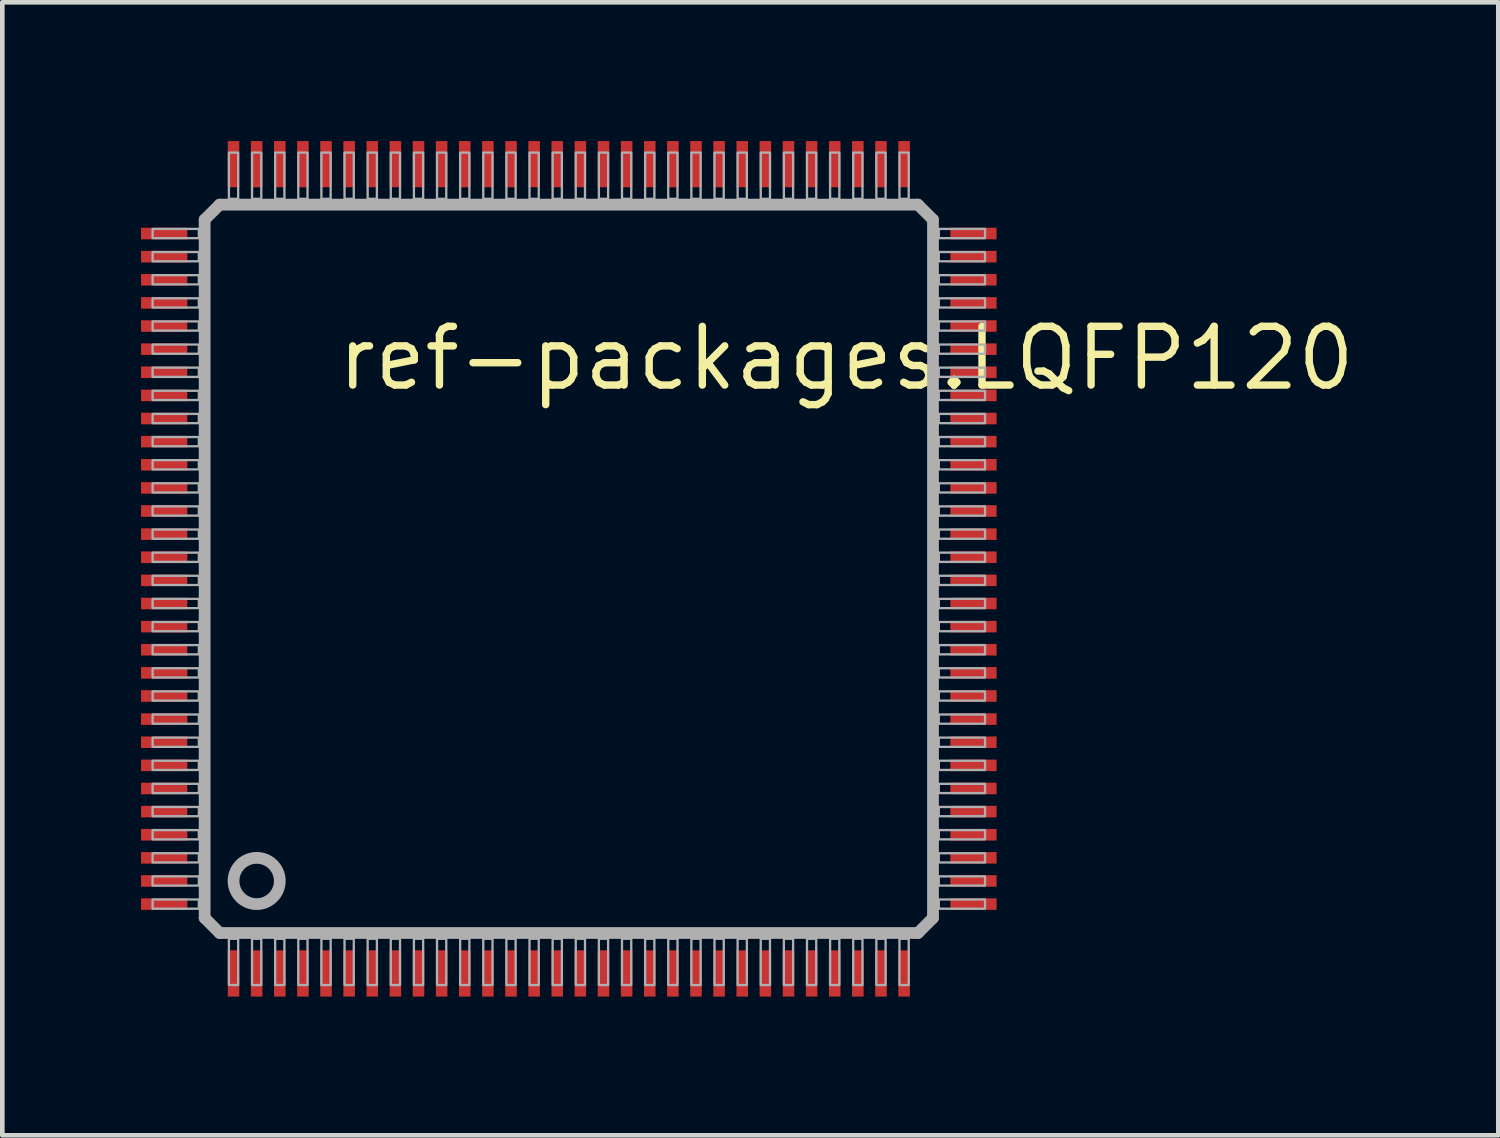
<source format=kicad_pcb>
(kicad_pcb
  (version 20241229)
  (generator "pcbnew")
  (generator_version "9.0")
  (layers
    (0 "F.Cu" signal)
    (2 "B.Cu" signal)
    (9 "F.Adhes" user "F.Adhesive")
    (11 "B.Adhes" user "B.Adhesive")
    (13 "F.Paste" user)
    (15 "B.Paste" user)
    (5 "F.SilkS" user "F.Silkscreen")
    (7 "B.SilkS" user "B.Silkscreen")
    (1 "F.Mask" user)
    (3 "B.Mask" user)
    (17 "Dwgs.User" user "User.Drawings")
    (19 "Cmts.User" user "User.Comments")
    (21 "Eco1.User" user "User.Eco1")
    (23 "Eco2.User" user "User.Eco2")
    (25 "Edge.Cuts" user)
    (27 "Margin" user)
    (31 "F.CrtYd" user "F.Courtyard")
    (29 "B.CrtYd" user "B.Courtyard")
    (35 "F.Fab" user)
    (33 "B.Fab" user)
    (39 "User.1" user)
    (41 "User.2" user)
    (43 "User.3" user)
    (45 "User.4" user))
  (footprint "ref-packages.LQFP120"
    (layer "F.Cu")
    (at 9.25 9.25)
    (property "Reference" "ref-packages.LQFP120" (at -5.08 -3.81 0) (layer "F.SilkS") (effects (font (size 1.27 1.27) (thickness 0.16)) (justify left bottom)))
    (attr smd)
    (fp_line (start -7.875 -7.55) (end -7.55 -7.875) (stroke (width 0.254) (type default)) (layer "F.Fab"))
    (fp_line (start -7.875 7.55) (end -7.875 -7.55) (stroke (width 0.254) (type default)) (layer "F.Fab"))
    (fp_line (start -7.55 -7.875) (end 7.55 -7.875) (stroke (width 0.254) (type default)) (layer "F.Fab"))
    (fp_line (start -7.55 7.875) (end -7.875 7.55) (stroke (width 0.254) (type default)) (layer "F.Fab"))
    (fp_line (start 7.55 -7.875) (end 7.875 -7.55) (stroke (width 0.254) (type default)) (layer "F.Fab"))
    (fp_line (start 7.55 7.875) (end -7.55 7.875) (stroke (width 0.254) (type default)) (layer "F.Fab"))
    (fp_line (start 7.875 -7.55) (end 7.875 7.55) (stroke (width 0.254) (type default)) (layer "F.Fab"))
    (fp_line (start 7.875 7.55) (end 7.55 7.875) (stroke (width 0.254) (type default)) (layer "F.Fab"))
    (fp_rect (start -9 -7.15) (end -8 -7.35) (stroke (width 0.05) (type default)) (fill no) (layer "F.Fab"))
    (fp_rect (start -9 -6.65) (end -8 -6.85) (stroke (width 0.05) (type default)) (fill no) (layer "F.Fab"))
    (fp_rect (start -9 -6.15) (end -8 -6.35) (stroke (width 0.05) (type default)) (fill no) (layer "F.Fab"))
    (fp_rect (start -9 -5.65) (end -8 -5.85) (stroke (width 0.05) (type default)) (fill no) (layer "F.Fab"))
    (fp_rect (start -9 -5.15) (end -8 -5.35) (stroke (width 0.05) (type default)) (fill no) (layer "F.Fab"))
    (fp_rect (start -9 -4.65) (end -8 -4.85) (stroke (width 0.05) (type default)) (fill no) (layer "F.Fab"))
    (fp_rect (start -9 -4.15) (end -8 -4.35) (stroke (width 0.05) (type default)) (fill no) (layer "F.Fab"))
    (fp_rect (start -9 -3.65) (end -8 -3.85) (stroke (width 0.05) (type default)) (fill no) (layer "F.Fab"))
    (fp_rect (start -9 -3.15) (end -8 -3.35) (stroke (width 0.05) (type default)) (fill no) (layer "F.Fab"))
    (fp_rect (start -9 -2.65) (end -8 -2.85) (stroke (width 0.05) (type default)) (fill no) (layer "F.Fab"))
    (fp_rect (start -9 -2.15) (end -8 -2.35) (stroke (width 0.05) (type default)) (fill no) (layer "F.Fab"))
    (fp_rect (start -9 -1.65) (end -8 -1.85) (stroke (width 0.05) (type default)) (fill no) (layer "F.Fab"))
    (fp_rect (start -9 -1.15) (end -8 -1.35) (stroke (width 0.05) (type default)) (fill no) (layer "F.Fab"))
    (fp_rect (start -9 -0.65) (end -8 -0.85) (stroke (width 0.05) (type default)) (fill no) (layer "F.Fab"))
    (fp_rect (start -9 -0.15) (end -8 -0.35) (stroke (width 0.05) (type default)) (fill no) (layer "F.Fab"))
    (fp_rect (start -9 0.35) (end -8 0.15) (stroke (width 0.05) (type default)) (fill no) (layer "F.Fab"))
    (fp_rect (start -9 0.85) (end -8 0.65) (stroke (width 0.05) (type default)) (fill no) (layer "F.Fab"))
    (fp_rect (start -9 1.35) (end -8 1.15) (stroke (width 0.05) (type default)) (fill no) (layer "F.Fab"))
    (fp_rect (start -9 1.85) (end -8 1.65) (stroke (width 0.05) (type default)) (fill no) (layer "F.Fab"))
    (fp_rect (start -9 2.35) (end -8 2.15) (stroke (width 0.05) (type default)) (fill no) (layer "F.Fab"))
    (fp_rect (start -9 2.85) (end -8 2.65) (stroke (width 0.05) (type default)) (fill no) (layer "F.Fab"))
    (fp_rect (start -9 3.35) (end -8 3.15) (stroke (width 0.05) (type default)) (fill no) (layer "F.Fab"))
    (fp_rect (start -9 3.85) (end -8 3.65) (stroke (width 0.05) (type default)) (fill no) (layer "F.Fab"))
    (fp_rect (start -9 4.35) (end -8 4.15) (stroke (width 0.05) (type default)) (fill no) (layer "F.Fab"))
    (fp_rect (start -9 4.85) (end -8 4.65) (stroke (width 0.05) (type default)) (fill no) (layer "F.Fab"))
    (fp_rect (start -9 5.35) (end -8 5.15) (stroke (width 0.05) (type default)) (fill no) (layer "F.Fab"))
    (fp_rect (start -9 5.85) (end -8 5.65) (stroke (width 0.05) (type default)) (fill no) (layer "F.Fab"))
    (fp_rect (start -9 6.35) (end -8 6.15) (stroke (width 0.05) (type default)) (fill no) (layer "F.Fab"))
    (fp_rect (start -9 6.85) (end -8 6.65) (stroke (width 0.05) (type default)) (fill no) (layer "F.Fab"))
    (fp_rect (start -9 7.35) (end -8 7.15) (stroke (width 0.05) (type default)) (fill no) (layer "F.Fab"))
    (fp_rect (start -7.35 -8) (end -7.15 -9) (stroke (width 0.05) (type default)) (fill no) (layer "F.Fab"))
    (fp_rect (start -7.35 9) (end -7.15 8) (stroke (width 0.05) (type default)) (fill no) (layer "F.Fab"))
    (fp_rect (start -6.85 -8) (end -6.65 -9) (stroke (width 0.05) (type default)) (fill no) (layer "F.Fab"))
    (fp_rect (start -6.85 9) (end -6.65 8) (stroke (width 0.05) (type default)) (fill no) (layer "F.Fab"))
    (fp_rect (start -6.35 -8) (end -6.15 -9) (stroke (width 0.05) (type default)) (fill no) (layer "F.Fab"))
    (fp_rect (start -6.35 9) (end -6.15 8) (stroke (width 0.05) (type default)) (fill no) (layer "F.Fab"))
    (fp_rect (start -5.85 -8) (end -5.65 -9) (stroke (width 0.05) (type default)) (fill no) (layer "F.Fab"))
    (fp_rect (start -5.85 9) (end -5.65 8) (stroke (width 0.05) (type default)) (fill no) (layer "F.Fab"))
    (fp_rect (start -5.35 -8) (end -5.15 -9) (stroke (width 0.05) (type default)) (fill no) (layer "F.Fab"))
    (fp_rect (start -5.35 9) (end -5.15 8) (stroke (width 0.05) (type default)) (fill no) (layer "F.Fab"))
    (fp_rect (start -4.85 -8) (end -4.65 -9) (stroke (width 0.05) (type default)) (fill no) (layer "F.Fab"))
    (fp_rect (start -4.85 9) (end -4.65 8) (stroke (width 0.05) (type default)) (fill no) (layer "F.Fab"))
    (fp_rect (start -4.35 -8) (end -4.15 -9) (stroke (width 0.05) (type default)) (fill no) (layer "F.Fab"))
    (fp_rect (start -4.35 9) (end -4.15 8) (stroke (width 0.05) (type default)) (fill no) (layer "F.Fab"))
    (fp_rect (start -3.85 -8) (end -3.65 -9) (stroke (width 0.05) (type default)) (fill no) (layer "F.Fab"))
    (fp_rect (start -3.85 9) (end -3.65 8) (stroke (width 0.05) (type default)) (fill no) (layer "F.Fab"))
    (fp_rect (start -3.35 -8) (end -3.15 -9) (stroke (width 0.05) (type default)) (fill no) (layer "F.Fab"))
    (fp_rect (start -3.35 9) (end -3.15 8) (stroke (width 0.05) (type default)) (fill no) (layer "F.Fab"))
    (fp_rect (start -2.85 -8) (end -2.65 -9) (stroke (width 0.05) (type default)) (fill no) (layer "F.Fab"))
    (fp_rect (start -2.85 9) (end -2.65 8) (stroke (width 0.05) (type default)) (fill no) (layer "F.Fab"))
    (fp_rect (start -2.35 -8) (end -2.15 -9) (stroke (width 0.05) (type default)) (fill no) (layer "F.Fab"))
    (fp_rect (start -2.35 9) (end -2.15 8) (stroke (width 0.05) (type default)) (fill no) (layer "F.Fab"))
    (fp_rect (start -1.85 -8) (end -1.65 -9) (stroke (width 0.05) (type default)) (fill no) (layer "F.Fab"))
    (fp_rect (start -1.85 9) (end -1.65 8) (stroke (width 0.05) (type default)) (fill no) (layer "F.Fab"))
    (fp_rect (start -1.35 -8) (end -1.15 -9) (stroke (width 0.05) (type default)) (fill no) (layer "F.Fab"))
    (fp_rect (start -1.35 9) (end -1.15 8) (stroke (width 0.05) (type default)) (fill no) (layer "F.Fab"))
    (fp_rect (start -0.85 -8) (end -0.65 -9) (stroke (width 0.05) (type default)) (fill no) (layer "F.Fab"))
    (fp_rect (start -0.85 9) (end -0.65 8) (stroke (width 0.05) (type default)) (fill no) (layer "F.Fab"))
    (fp_rect (start -0.35 -8) (end -0.15 -9) (stroke (width 0.05) (type default)) (fill no) (layer "F.Fab"))
    (fp_rect (start -0.35 9) (end -0.15 8) (stroke (width 0.05) (type default)) (fill no) (layer "F.Fab"))
    (fp_rect (start 0.15 -8) (end 0.35 -9) (stroke (width 0.05) (type default)) (fill no) (layer "F.Fab"))
    (fp_rect (start 0.15 9) (end 0.35 8) (stroke (width 0.05) (type default)) (fill no) (layer "F.Fab"))
    (fp_rect (start 0.65 -8) (end 0.85 -9) (stroke (width 0.05) (type default)) (fill no) (layer "F.Fab"))
    (fp_rect (start 0.65 9) (end 0.85 8) (stroke (width 0.05) (type default)) (fill no) (layer "F.Fab"))
    (fp_rect (start 1.15 -8) (end 1.35 -9) (stroke (width 0.05) (type default)) (fill no) (layer "F.Fab"))
    (fp_rect (start 1.15 9) (end 1.35 8) (stroke (width 0.05) (type default)) (fill no) (layer "F.Fab"))
    (fp_rect (start 1.65 -8) (end 1.85 -9) (stroke (width 0.05) (type default)) (fill no) (layer "F.Fab"))
    (fp_rect (start 1.65 9) (end 1.85 8) (stroke (width 0.05) (type default)) (fill no) (layer "F.Fab"))
    (fp_rect (start 2.15 -8) (end 2.35 -9) (stroke (width 0.05) (type default)) (fill no) (layer "F.Fab"))
    (fp_rect (start 2.15 9) (end 2.35 8) (stroke (width 0.05) (type default)) (fill no) (layer "F.Fab"))
    (fp_rect (start 2.65 -8) (end 2.85 -9) (stroke (width 0.05) (type default)) (fill no) (layer "F.Fab"))
    (fp_rect (start 2.65 9) (end 2.85 8) (stroke (width 0.05) (type default)) (fill no) (layer "F.Fab"))
    (fp_rect (start 3.15 -8) (end 3.35 -9) (stroke (width 0.05) (type default)) (fill no) (layer "F.Fab"))
    (fp_rect (start 3.15 9) (end 3.35 8) (stroke (width 0.05) (type default)) (fill no) (layer "F.Fab"))
    (fp_rect (start 3.65 -8) (end 3.85 -9) (stroke (width 0.05) (type default)) (fill no) (layer "F.Fab"))
    (fp_rect (start 3.65 9) (end 3.85 8) (stroke (width 0.05) (type default)) (fill no) (layer "F.Fab"))
    (fp_rect (start 4.15 -8) (end 4.35 -9) (stroke (width 0.05) (type default)) (fill no) (layer "F.Fab"))
    (fp_rect (start 4.15 9) (end 4.35 8) (stroke (width 0.05) (type default)) (fill no) (layer "F.Fab"))
    (fp_rect (start 4.65 -8) (end 4.85 -9) (stroke (width 0.05) (type default)) (fill no) (layer "F.Fab"))
    (fp_rect (start 4.65 9) (end 4.85 8) (stroke (width 0.05) (type default)) (fill no) (layer "F.Fab"))
    (fp_rect (start 5.15 -8) (end 5.35 -9) (stroke (width 0.05) (type default)) (fill no) (layer "F.Fab"))
    (fp_rect (start 5.15 9) (end 5.35 8) (stroke (width 0.05) (type default)) (fill no) (layer "F.Fab"))
    (fp_rect (start 5.65 -8) (end 5.85 -9) (stroke (width 0.05) (type default)) (fill no) (layer "F.Fab"))
    (fp_rect (start 5.65 9) (end 5.85 8) (stroke (width 0.05) (type default)) (fill no) (layer "F.Fab"))
    (fp_rect (start 6.15 -8) (end 6.35 -9) (stroke (width 0.05) (type default)) (fill no) (layer "F.Fab"))
    (fp_rect (start 6.15 9) (end 6.35 8) (stroke (width 0.05) (type default)) (fill no) (layer "F.Fab"))
    (fp_rect (start 6.65 -8) (end 6.85 -9) (stroke (width 0.05) (type default)) (fill no) (layer "F.Fab"))
    (fp_rect (start 6.65 9) (end 6.85 8) (stroke (width 0.05) (type default)) (fill no) (layer "F.Fab"))
    (fp_rect (start 7.15 -8) (end 7.35 -9) (stroke (width 0.05) (type default)) (fill no) (layer "F.Fab"))
    (fp_rect (start 7.15 9) (end 7.35 8) (stroke (width 0.05) (type default)) (fill no) (layer "F.Fab"))
    (fp_rect (start 8 -7.15) (end 9 -7.35) (stroke (width 0.05) (type default)) (fill no) (layer "F.Fab"))
    (fp_rect (start 8 -6.65) (end 9 -6.85) (stroke (width 0.05) (type default)) (fill no) (layer "F.Fab"))
    (fp_rect (start 8 -6.15) (end 9 -6.35) (stroke (width 0.05) (type default)) (fill no) (layer "F.Fab"))
    (fp_rect (start 8 -5.65) (end 9 -5.85) (stroke (width 0.05) (type default)) (fill no) (layer "F.Fab"))
    (fp_rect (start 8 -5.15) (end 9 -5.35) (stroke (width 0.05) (type default)) (fill no) (layer "F.Fab"))
    (fp_rect (start 8 -4.65) (end 9 -4.85) (stroke (width 0.05) (type default)) (fill no) (layer "F.Fab"))
    (fp_rect (start 8 -4.15) (end 9 -4.35) (stroke (width 0.05) (type default)) (fill no) (layer "F.Fab"))
    (fp_rect (start 8 -3.65) (end 9 -3.85) (stroke (width 0.05) (type default)) (fill no) (layer "F.Fab"))
    (fp_rect (start 8 -3.15) (end 9 -3.35) (stroke (width 0.05) (type default)) (fill no) (layer "F.Fab"))
    (fp_rect (start 8 -2.65) (end 9 -2.85) (stroke (width 0.05) (type default)) (fill no) (layer "F.Fab"))
    (fp_rect (start 8 -2.15) (end 9 -2.35) (stroke (width 0.05) (type default)) (fill no) (layer "F.Fab"))
    (fp_rect (start 8 -1.65) (end 9 -1.85) (stroke (width 0.05) (type default)) (fill no) (layer "F.Fab"))
    (fp_rect (start 8 -1.15) (end 9 -1.35) (stroke (width 0.05) (type default)) (fill no) (layer "F.Fab"))
    (fp_rect (start 8 -0.65) (end 9 -0.85) (stroke (width 0.05) (type default)) (fill no) (layer "F.Fab"))
    (fp_rect (start 8 -0.15) (end 9 -0.35) (stroke (width 0.05) (type default)) (fill no) (layer "F.Fab"))
    (fp_rect (start 8 0.35) (end 9 0.15) (stroke (width 0.05) (type default)) (fill no) (layer "F.Fab"))
    (fp_rect (start 8 0.85) (end 9 0.65) (stroke (width 0.05) (type default)) (fill no) (layer "F.Fab"))
    (fp_rect (start 8 1.35) (end 9 1.15) (stroke (width 0.05) (type default)) (fill no) (layer "F.Fab"))
    (fp_rect (start 8 1.85) (end 9 1.65) (stroke (width 0.05) (type default)) (fill no) (layer "F.Fab"))
    (fp_rect (start 8 2.35) (end 9 2.15) (stroke (width 0.05) (type default)) (fill no) (layer "F.Fab"))
    (fp_rect (start 8 2.85) (end 9 2.65) (stroke (width 0.05) (type default)) (fill no) (layer "F.Fab"))
    (fp_rect (start 8 3.35) (end 9 3.15) (stroke (width 0.05) (type default)) (fill no) (layer "F.Fab"))
    (fp_rect (start 8 3.85) (end 9 3.65) (stroke (width 0.05) (type default)) (fill no) (layer "F.Fab"))
    (fp_rect (start 8 4.35) (end 9 4.15) (stroke (width 0.05) (type default)) (fill no) (layer "F.Fab"))
    (fp_rect (start 8 4.85) (end 9 4.65) (stroke (width 0.05) (type default)) (fill no) (layer "F.Fab"))
    (fp_rect (start 8 5.35) (end 9 5.15) (stroke (width 0.05) (type default)) (fill no) (layer "F.Fab"))
    (fp_rect (start 8 5.85) (end 9 5.65) (stroke (width 0.05) (type default)) (fill no) (layer "F.Fab"))
    (fp_rect (start 8 6.35) (end 9 6.15) (stroke (width 0.05) (type default)) (fill no) (layer "F.Fab"))
    (fp_rect (start 8 6.85) (end 9 6.65) (stroke (width 0.05) (type default)) (fill no) (layer "F.Fab"))
    (fp_rect (start 8 7.35) (end 9 7.15) (stroke (width 0.05) (type default)) (fill no) (layer "F.Fab"))
    (fp_circle (center -6.75 6.75) (end -6.25 6.75) (stroke (width 0.254) (type default)) (fill no) (layer "F.Fab"))
    (pad "1" smd roundrect (at -7.25 8.75) (size 0.25 1) (layers "F.Cu" "F.Mask" "F.Paste") (roundrect_rratio 0.01))
    (pad "2" smd roundrect (at -6.75 8.75) (size 0.25 1) (layers "F.Cu" "F.Mask" "F.Paste") (roundrect_rratio 0.01))
    (pad "3" smd roundrect (at -6.25 8.75) (size 0.25 1) (layers "F.Cu" "F.Mask" "F.Paste") (roundrect_rratio 0.01))
    (pad "4" smd roundrect (at -5.75 8.75) (size 0.25 1) (layers "F.Cu" "F.Mask" "F.Paste") (roundrect_rratio 0.01))
    (pad "5" smd roundrect (at -5.25 8.75) (size 0.25 1) (layers "F.Cu" "F.Mask" "F.Paste") (roundrect_rratio 0.01))
    (pad "6" smd roundrect (at -4.75 8.75) (size 0.25 1) (layers "F.Cu" "F.Mask" "F.Paste") (roundrect_rratio 0.01))
    (pad "7" smd roundrect (at -4.25 8.75) (size 0.25 1) (layers "F.Cu" "F.Mask" "F.Paste") (roundrect_rratio 0.01))
    (pad "8" smd roundrect (at -3.75 8.75) (size 0.25 1) (layers "F.Cu" "F.Mask" "F.Paste") (roundrect_rratio 0.01))
    (pad "9" smd roundrect (at -3.25 8.75) (size 0.25 1) (layers "F.Cu" "F.Mask" "F.Paste") (roundrect_rratio 0.01))
    (pad "10" smd roundrect (at -2.75 8.75) (size 0.25 1) (layers "F.Cu" "F.Mask" "F.Paste") (roundrect_rratio 0.01))
    (pad "11" smd roundrect (at -2.25 8.75) (size 0.25 1) (layers "F.Cu" "F.Mask" "F.Paste") (roundrect_rratio 0.01))
    (pad "12" smd roundrect (at -1.75 8.75) (size 0.25 1) (layers "F.Cu" "F.Mask" "F.Paste") (roundrect_rratio 0.01))
    (pad "13" smd roundrect (at -1.25 8.75) (size 0.25 1) (layers "F.Cu" "F.Mask" "F.Paste") (roundrect_rratio 0.01))
    (pad "14" smd roundrect (at -0.75 8.75) (size 0.25 1) (layers "F.Cu" "F.Mask" "F.Paste") (roundrect_rratio 0.01))
    (pad "15" smd roundrect (at -0.25 8.75) (size 0.25 1) (layers "F.Cu" "F.Mask" "F.Paste") (roundrect_rratio 0.01))
    (pad "16" smd roundrect (at 0.25 8.75) (size 0.25 1) (layers "F.Cu" "F.Mask" "F.Paste") (roundrect_rratio 0.01))
    (pad "17" smd roundrect (at 0.75 8.75) (size 0.25 1) (layers "F.Cu" "F.Mask" "F.Paste") (roundrect_rratio 0.01))
    (pad "18" smd roundrect (at 1.25 8.75) (size 0.25 1) (layers "F.Cu" "F.Mask" "F.Paste") (roundrect_rratio 0.01))
    (pad "19" smd roundrect (at 1.75 8.75) (size 0.25 1) (layers "F.Cu" "F.Mask" "F.Paste") (roundrect_rratio 0.01))
    (pad "20" smd roundrect (at 2.25 8.75) (size 0.25 1) (layers "F.Cu" "F.Mask" "F.Paste") (roundrect_rratio 0.01))
    (pad "21" smd roundrect (at 2.75 8.75) (size 0.25 1) (layers "F.Cu" "F.Mask" "F.Paste") (roundrect_rratio 0.01))
    (pad "22" smd roundrect (at 3.25 8.75) (size 0.25 1) (layers "F.Cu" "F.Mask" "F.Paste") (roundrect_rratio 0.01))
    (pad "23" smd roundrect (at 3.75 8.75) (size 0.25 1) (layers "F.Cu" "F.Mask" "F.Paste") (roundrect_rratio 0.01))
    (pad "24" smd roundrect (at 4.25 8.75) (size 0.25 1) (layers "F.Cu" "F.Mask" "F.Paste") (roundrect_rratio 0.01))
    (pad "25" smd roundrect (at 4.75 8.75) (size 0.25 1) (layers "F.Cu" "F.Mask" "F.Paste") (roundrect_rratio 0.01))
    (pad "26" smd roundrect (at 5.25 8.75) (size 0.25 1) (layers "F.Cu" "F.Mask" "F.Paste") (roundrect_rratio 0.01))
    (pad "27" smd roundrect (at 5.75 8.75) (size 0.25 1) (layers "F.Cu" "F.Mask" "F.Paste") (roundrect_rratio 0.01))
    (pad "28" smd roundrect (at 6.25 8.75) (size 0.25 1) (layers "F.Cu" "F.Mask" "F.Paste") (roundrect_rratio 0.01))
    (pad "29" smd roundrect (at 6.75 8.75) (size 0.25 1) (layers "F.Cu" "F.Mask" "F.Paste") (roundrect_rratio 0.01))
    (pad "30" smd roundrect (at 7.25 8.75) (size 0.25 1) (layers "F.Cu" "F.Mask" "F.Paste") (roundrect_rratio 0.01))
    (pad "31" smd roundrect (at 8.75 7.25) (size 1 0.25) (layers "F.Cu" "F.Mask" "F.Paste") (roundrect_rratio 0.01))
    (pad "32" smd roundrect (at 8.75 6.75) (size 1 0.25) (layers "F.Cu" "F.Mask" "F.Paste") (roundrect_rratio 0.01))
    (pad "33" smd roundrect (at 8.75 6.25) (size 1 0.25) (layers "F.Cu" "F.Mask" "F.Paste") (roundrect_rratio 0.01))
    (pad "34" smd roundrect (at 8.75 5.75) (size 1 0.25) (layers "F.Cu" "F.Mask" "F.Paste") (roundrect_rratio 0.01))
    (pad "35" smd roundrect (at 8.75 5.25) (size 1 0.25) (layers "F.Cu" "F.Mask" "F.Paste") (roundrect_rratio 0.01))
    (pad "36" smd roundrect (at 8.75 4.75) (size 1 0.25) (layers "F.Cu" "F.Mask" "F.Paste") (roundrect_rratio 0.01))
    (pad "37" smd roundrect (at 8.75 4.25) (size 1 0.25) (layers "F.Cu" "F.Mask" "F.Paste") (roundrect_rratio 0.01))
    (pad "38" smd roundrect (at 8.75 3.75) (size 1 0.25) (layers "F.Cu" "F.Mask" "F.Paste") (roundrect_rratio 0.01))
    (pad "39" smd roundrect (at 8.75 3.25) (size 1 0.25) (layers "F.Cu" "F.Mask" "F.Paste") (roundrect_rratio 0.01))
    (pad "40" smd roundrect (at 8.75 2.75) (size 1 0.25) (layers "F.Cu" "F.Mask" "F.Paste") (roundrect_rratio 0.01))
    (pad "41" smd roundrect (at 8.75 2.25) (size 1 0.25) (layers "F.Cu" "F.Mask" "F.Paste") (roundrect_rratio 0.01))
    (pad "42" smd roundrect (at 8.75 1.75) (size 1 0.25) (layers "F.Cu" "F.Mask" "F.Paste") (roundrect_rratio 0.01))
    (pad "43" smd roundrect (at 8.75 1.25) (size 1 0.25) (layers "F.Cu" "F.Mask" "F.Paste") (roundrect_rratio 0.01))
    (pad "44" smd roundrect (at 8.75 0.75) (size 1 0.25) (layers "F.Cu" "F.Mask" "F.Paste") (roundrect_rratio 0.01))
    (pad "45" smd roundrect (at 8.75 0.25) (size 1 0.25) (layers "F.Cu" "F.Mask" "F.Paste") (roundrect_rratio 0.01))
    (pad "46" smd roundrect (at 8.75 -0.25) (size 1 0.25) (layers "F.Cu" "F.Mask" "F.Paste") (roundrect_rratio 0.01))
    (pad "47" smd roundrect (at 8.75 -0.75) (size 1 0.25) (layers "F.Cu" "F.Mask" "F.Paste") (roundrect_rratio 0.01))
    (pad "48" smd roundrect (at 8.75 -1.25) (size 1 0.25) (layers "F.Cu" "F.Mask" "F.Paste") (roundrect_rratio 0.01))
    (pad "49" smd roundrect (at 8.75 -1.75) (size 1 0.25) (layers "F.Cu" "F.Mask" "F.Paste") (roundrect_rratio 0.01))
    (pad "50" smd roundrect (at 8.75 -2.25) (size 1 0.25) (layers "F.Cu" "F.Mask" "F.Paste") (roundrect_rratio 0.01))
    (pad "51" smd roundrect (at 8.75 -2.75) (size 1 0.25) (layers "F.Cu" "F.Mask" "F.Paste") (roundrect_rratio 0.01))
    (pad "52" smd roundrect (at 8.75 -3.25) (size 1 0.25) (layers "F.Cu" "F.Mask" "F.Paste") (roundrect_rratio 0.01))
    (pad "53" smd roundrect (at 8.75 -3.75) (size 1 0.25) (layers "F.Cu" "F.Mask" "F.Paste") (roundrect_rratio 0.01))
    (pad "54" smd roundrect (at 8.75 -4.25) (size 1 0.25) (layers "F.Cu" "F.Mask" "F.Paste") (roundrect_rratio 0.01))
    (pad "55" smd roundrect (at 8.75 -4.75) (size 1 0.25) (layers "F.Cu" "F.Mask" "F.Paste") (roundrect_rratio 0.01))
    (pad "56" smd roundrect (at 8.75 -5.25) (size 1 0.25) (layers "F.Cu" "F.Mask" "F.Paste") (roundrect_rratio 0.01))
    (pad "57" smd roundrect (at 8.75 -5.75) (size 1 0.25) (layers "F.Cu" "F.Mask" "F.Paste") (roundrect_rratio 0.01))
    (pad "58" smd roundrect (at 8.75 -6.25) (size 1 0.25) (layers "F.Cu" "F.Mask" "F.Paste") (roundrect_rratio 0.01))
    (pad "59" smd roundrect (at 8.75 -6.75) (size 1 0.25) (layers "F.Cu" "F.Mask" "F.Paste") (roundrect_rratio 0.01))
    (pad "60" smd roundrect (at 8.75 -7.25) (size 1 0.25) (layers "F.Cu" "F.Mask" "F.Paste") (roundrect_rratio 0.01))
    (pad "61" smd roundrect (at 7.25 -8.75) (size 0.25 1) (layers "F.Cu" "F.Mask" "F.Paste") (roundrect_rratio 0.01))
    (pad "62" smd roundrect (at 6.75 -8.75) (size 0.25 1) (layers "F.Cu" "F.Mask" "F.Paste") (roundrect_rratio 0.01))
    (pad "63" smd roundrect (at 6.25 -8.75) (size 0.25 1) (layers "F.Cu" "F.Mask" "F.Paste") (roundrect_rratio 0.01))
    (pad "64" smd roundrect (at 5.75 -8.75) (size 0.25 1) (layers "F.Cu" "F.Mask" "F.Paste") (roundrect_rratio 0.01))
    (pad "65" smd roundrect (at 5.25 -8.75) (size 0.25 1) (layers "F.Cu" "F.Mask" "F.Paste") (roundrect_rratio 0.01))
    (pad "66" smd roundrect (at 4.75 -8.75) (size 0.25 1) (layers "F.Cu" "F.Mask" "F.Paste") (roundrect_rratio 0.01))
    (pad "67" smd roundrect (at 4.25 -8.75) (size 0.25 1) (layers "F.Cu" "F.Mask" "F.Paste") (roundrect_rratio 0.01))
    (pad "68" smd roundrect (at 3.75 -8.75) (size 0.25 1) (layers "F.Cu" "F.Mask" "F.Paste") (roundrect_rratio 0.01))
    (pad "69" smd roundrect (at 3.25 -8.75) (size 0.25 1) (layers "F.Cu" "F.Mask" "F.Paste") (roundrect_rratio 0.01))
    (pad "70" smd roundrect (at 2.75 -8.75) (size 0.25 1) (layers "F.Cu" "F.Mask" "F.Paste") (roundrect_rratio 0.01))
    (pad "71" smd roundrect (at 2.25 -8.75) (size 0.25 1) (layers "F.Cu" "F.Mask" "F.Paste") (roundrect_rratio 0.01))
    (pad "72" smd roundrect (at 1.75 -8.75) (size 0.25 1) (layers "F.Cu" "F.Mask" "F.Paste") (roundrect_rratio 0.01))
    (pad "73" smd roundrect (at 1.25 -8.75) (size 0.25 1) (layers "F.Cu" "F.Mask" "F.Paste") (roundrect_rratio 0.01))
    (pad "74" smd roundrect (at 0.75 -8.75) (size 0.25 1) (layers "F.Cu" "F.Mask" "F.Paste") (roundrect_rratio 0.01))
    (pad "75" smd roundrect (at 0.25 -8.75) (size 0.25 1) (layers "F.Cu" "F.Mask" "F.Paste") (roundrect_rratio 0.01))
    (pad "76" smd roundrect (at -0.25 -8.75) (size 0.25 1) (layers "F.Cu" "F.Mask" "F.Paste") (roundrect_rratio 0.01))
    (pad "77" smd roundrect (at -0.75 -8.75) (size 0.25 1) (layers "F.Cu" "F.Mask" "F.Paste") (roundrect_rratio 0.01))
    (pad "78" smd roundrect (at -1.25 -8.75) (size 0.25 1) (layers "F.Cu" "F.Mask" "F.Paste") (roundrect_rratio 0.01))
    (pad "79" smd roundrect (at -1.75 -8.75) (size 0.25 1) (layers "F.Cu" "F.Mask" "F.Paste") (roundrect_rratio 0.01))
    (pad "80" smd roundrect (at -2.25 -8.75) (size 0.25 1) (layers "F.Cu" "F.Mask" "F.Paste") (roundrect_rratio 0.01))
    (pad "81" smd roundrect (at -2.75 -8.75) (size 0.25 1) (layers "F.Cu" "F.Mask" "F.Paste") (roundrect_rratio 0.01))
    (pad "82" smd roundrect (at -3.25 -8.75) (size 0.25 1) (layers "F.Cu" "F.Mask" "F.Paste") (roundrect_rratio 0.01))
    (pad "83" smd roundrect (at -3.75 -8.75) (size 0.25 1) (layers "F.Cu" "F.Mask" "F.Paste") (roundrect_rratio 0.01))
    (pad "84" smd roundrect (at -4.25 -8.75) (size 0.25 1) (layers "F.Cu" "F.Mask" "F.Paste") (roundrect_rratio 0.01))
    (pad "85" smd roundrect (at -4.75 -8.75) (size 0.25 1) (layers "F.Cu" "F.Mask" "F.Paste") (roundrect_rratio 0.01))
    (pad "86" smd roundrect (at -5.25 -8.75) (size 0.25 1) (layers "F.Cu" "F.Mask" "F.Paste") (roundrect_rratio 0.01))
    (pad "87" smd roundrect (at -5.75 -8.75) (size 0.25 1) (layers "F.Cu" "F.Mask" "F.Paste") (roundrect_rratio 0.01))
    (pad "88" smd roundrect (at -6.25 -8.75) (size 0.25 1) (layers "F.Cu" "F.Mask" "F.Paste") (roundrect_rratio 0.01))
    (pad "89" smd roundrect (at -6.75 -8.75) (size 0.25 1) (layers "F.Cu" "F.Mask" "F.Paste") (roundrect_rratio 0.01))
    (pad "90" smd roundrect (at -7.25 -8.75) (size 0.25 1) (layers "F.Cu" "F.Mask" "F.Paste") (roundrect_rratio 0.01))
    (pad "91" smd roundrect (at -8.75 -7.25) (size 1 0.25) (layers "F.Cu" "F.Mask" "F.Paste") (roundrect_rratio 0.01))
    (pad "92" smd roundrect (at -8.75 -6.75) (size 1 0.25) (layers "F.Cu" "F.Mask" "F.Paste") (roundrect_rratio 0.01))
    (pad "93" smd roundrect (at -8.75 -6.25) (size 1 0.25) (layers "F.Cu" "F.Mask" "F.Paste") (roundrect_rratio 0.01))
    (pad "94" smd roundrect (at -8.75 -5.75) (size 1 0.25) (layers "F.Cu" "F.Mask" "F.Paste") (roundrect_rratio 0.01))
    (pad "95" smd roundrect (at -8.75 -5.25) (size 1 0.25) (layers "F.Cu" "F.Mask" "F.Paste") (roundrect_rratio 0.01))
    (pad "96" smd roundrect (at -8.75 -4.75) (size 1 0.25) (layers "F.Cu" "F.Mask" "F.Paste") (roundrect_rratio 0.01))
    (pad "97" smd roundrect (at -8.75 -4.25) (size 1 0.25) (layers "F.Cu" "F.Mask" "F.Paste") (roundrect_rratio 0.01))
    (pad "98" smd roundrect (at -8.75 -3.75) (size 1 0.25) (layers "F.Cu" "F.Mask" "F.Paste") (roundrect_rratio 0.01))
    (pad "99" smd roundrect (at -8.75 -3.25) (size 1 0.25) (layers "F.Cu" "F.Mask" "F.Paste") (roundrect_rratio 0.01))
    (pad "100" smd roundrect (at -8.75 -2.75) (size 1 0.25) (layers "F.Cu" "F.Mask" "F.Paste") (roundrect_rratio 0.01))
    (pad "101" smd roundrect (at -8.75 -2.25) (size 1 0.25) (layers "F.Cu" "F.Mask" "F.Paste") (roundrect_rratio 0.01))
    (pad "102" smd roundrect (at -8.75 -1.75) (size 1 0.25) (layers "F.Cu" "F.Mask" "F.Paste") (roundrect_rratio 0.01))
    (pad "103" smd roundrect (at -8.75 -1.25) (size 1 0.25) (layers "F.Cu" "F.Mask" "F.Paste") (roundrect_rratio 0.01))
    (pad "104" smd roundrect (at -8.75 -0.75) (size 1 0.25) (layers "F.Cu" "F.Mask" "F.Paste") (roundrect_rratio 0.01))
    (pad "105" smd roundrect (at -8.75 -0.25) (size 1 0.25) (layers "F.Cu" "F.Mask" "F.Paste") (roundrect_rratio 0.01))
    (pad "106" smd roundrect (at -8.75 0.25) (size 1 0.25) (layers "F.Cu" "F.Mask" "F.Paste") (roundrect_rratio 0.01))
    (pad "107" smd roundrect (at -8.75 0.75) (size 1 0.25) (layers "F.Cu" "F.Mask" "F.Paste") (roundrect_rratio 0.01))
    (pad "108" smd roundrect (at -8.75 1.25) (size 1 0.25) (layers "F.Cu" "F.Mask" "F.Paste") (roundrect_rratio 0.01))
    (pad "109" smd roundrect (at -8.75 1.75) (size 1 0.25) (layers "F.Cu" "F.Mask" "F.Paste") (roundrect_rratio 0.01))
    (pad "110" smd roundrect (at -8.75 2.25) (size 1 0.25) (layers "F.Cu" "F.Mask" "F.Paste") (roundrect_rratio 0.01))
    (pad "111" smd roundrect (at -8.75 2.75) (size 1 0.25) (layers "F.Cu" "F.Mask" "F.Paste") (roundrect_rratio 0.01))
    (pad "112" smd roundrect (at -8.75 3.25) (size 1 0.25) (layers "F.Cu" "F.Mask" "F.Paste") (roundrect_rratio 0.01))
    (pad "113" smd roundrect (at -8.75 3.75) (size 1 0.25) (layers "F.Cu" "F.Mask" "F.Paste") (roundrect_rratio 0.01))
    (pad "114" smd roundrect (at -8.75 4.25) (size 1 0.25) (layers "F.Cu" "F.Mask" "F.Paste") (roundrect_rratio 0.01))
    (pad "115" smd roundrect (at -8.75 4.75) (size 1 0.25) (layers "F.Cu" "F.Mask" "F.Paste") (roundrect_rratio 0.01))
    (pad "116" smd roundrect (at -8.75 5.25) (size 1 0.25) (layers "F.Cu" "F.Mask" "F.Paste") (roundrect_rratio 0.01))
    (pad "117" smd roundrect (at -8.75 5.75) (size 1 0.25) (layers "F.Cu" "F.Mask" "F.Paste") (roundrect_rratio 0.01))
    (pad "118" smd roundrect (at -8.75 6.25) (size 1 0.25) (layers "F.Cu" "F.Mask" "F.Paste") (roundrect_rratio 0.01))
    (pad "119" smd roundrect (at -8.75 6.75) (size 1 0.25) (layers "F.Cu" "F.Mask" "F.Paste") (roundrect_rratio 0.01))
    (pad "120" smd roundrect (at -8.75 7.25) (size 1 0.25) (layers "F.Cu" "F.Mask" "F.Paste") (roundrect_rratio 0.01)))
  (gr_rect
    (start -3 -3)
    (end 29.349 21.5)
    (stroke (width 0.1) (type default))
    (fill no)
    (layer "Edge.Cuts")))
</source>
